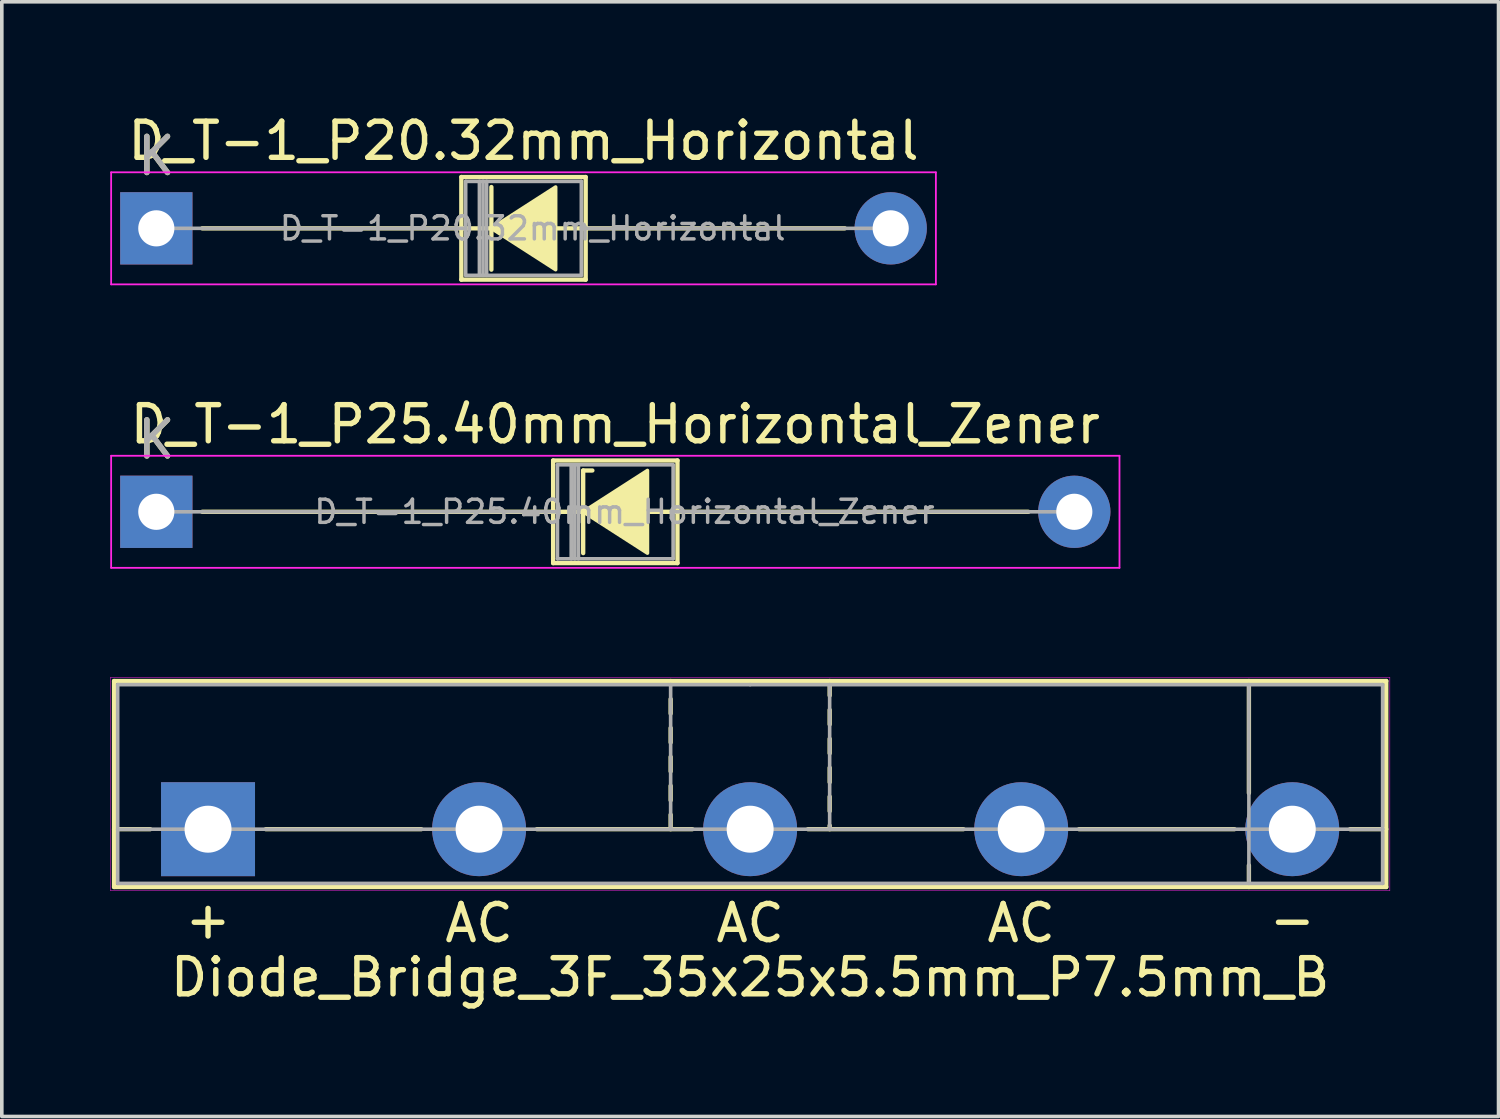
<source format=kicad_pcb>
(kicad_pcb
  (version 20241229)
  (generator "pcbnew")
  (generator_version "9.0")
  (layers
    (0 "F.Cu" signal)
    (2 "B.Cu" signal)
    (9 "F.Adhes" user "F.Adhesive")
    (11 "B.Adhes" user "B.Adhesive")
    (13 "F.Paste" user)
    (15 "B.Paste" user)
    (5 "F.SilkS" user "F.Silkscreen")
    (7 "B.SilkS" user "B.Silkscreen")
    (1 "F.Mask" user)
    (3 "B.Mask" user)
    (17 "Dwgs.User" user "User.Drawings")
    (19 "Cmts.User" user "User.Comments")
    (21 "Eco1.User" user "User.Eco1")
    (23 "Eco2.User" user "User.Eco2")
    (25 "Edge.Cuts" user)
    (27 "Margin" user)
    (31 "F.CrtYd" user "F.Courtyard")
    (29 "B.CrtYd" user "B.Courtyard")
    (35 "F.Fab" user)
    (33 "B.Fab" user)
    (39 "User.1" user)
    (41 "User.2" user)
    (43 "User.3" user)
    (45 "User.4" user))
  (footprint "Diode_Bridge_3F_35x25x5.5mm_P7.5mm_B"
    (layer "F.Cu")
    (at 2.706 19.893)
    (property "Reference" "Diode_Bridge_3F_35x25x5.5mm_P7.5mm_B" (at 15 4.1 0) (unlocked yes) (layer "F.SilkS") (effects (font (size 1 1) (thickness 0.15))))
    (fp_line (start -2.6 -4.1) (end 32.6 -4.1) (stroke (width 0.12) (type solid)) (layer "F.SilkS"))
    (fp_line (start -2.6 0) (end -1.6 0) (stroke (width 0.12) (type solid)) (layer "F.SilkS"))
    (fp_line (start -2.6 1.6) (end -2.6 -4.1) (stroke (width 0.12) (type solid)) (layer "F.SilkS"))
    (fp_line (start 1.6 0) (end 5.9 0) (stroke (width 0.12) (type solid)) (layer "F.SilkS"))
    (fp_line (start 9.1 0) (end 13.4 0) (stroke (width 0.12) (type solid)) (layer "F.SilkS"))
    (fp_line (start 12.8 -4) (end 12.8 -4.1) (stroke (width 0.12) (type solid)) (layer "F.SilkS"))
    (fp_line (start 12.8 -3.2) (end 12.8 -3.6) (stroke (width 0.12) (type solid)) (layer "F.SilkS"))
    (fp_line (start 12.8 -2.4) (end 12.8 -2.8) (stroke (width 0.12) (type solid)) (layer "F.SilkS"))
    (fp_line (start 12.8 -1.6) (end 12.8 -2) (stroke (width 0.12) (type solid)) (layer "F.SilkS"))
    (fp_line (start 12.8 -0.8) (end 12.8 -1.2) (stroke (width 0.12) (type solid)) (layer "F.SilkS"))
    (fp_line (start 12.8 0) (end 12.8 -0.4) (stroke (width 0.12) (type solid)) (layer "F.SilkS"))
    (fp_line (start 16.6 0) (end 20.9 0) (stroke (width 0.12) (type solid)) (layer "F.SilkS"))
    (fp_line (start 17.2 -4.1) (end 17.2 -3.7) (stroke (width 0.12) (type solid)) (layer "F.SilkS"))
    (fp_line (start 17.2 -3.3) (end 17.2 -2.9) (stroke (width 0.12) (type solid)) (layer "F.SilkS"))
    (fp_line (start 17.2 -2.5) (end 17.2 -2.1) (stroke (width 0.12) (type solid)) (layer "F.SilkS"))
    (fp_line (start 17.2 -1.7) (end 17.2 -1.3) (stroke (width 0.12) (type solid)) (layer "F.SilkS"))
    (fp_line (start 17.2 -0.9) (end 17.2 -0.5) (stroke (width 0.12) (type solid)) (layer "F.SilkS"))
    (fp_line (start 17.2 -0.1) (end 17.2 0) (stroke (width 0.12) (type solid)) (layer "F.SilkS"))
    (fp_line (start 24.1 0) (end 28.4 0) (stroke (width 0.12) (type solid)) (layer "F.SilkS"))
    (fp_line (start 28.8 -4.1) (end 28.8 -1) (stroke (width 0.12) (type solid)) (layer "F.SilkS"))
    (fp_line (start 28.8 1.6) (end 28.8 1) (stroke (width 0.12) (type solid)) (layer "F.SilkS"))
    (fp_line (start 31.6 0) (end 32.6 0) (stroke (width 0.12) (type solid)) (layer "F.SilkS"))
    (fp_line (start 32.6 -4.1) (end 32.6 1.6) (stroke (width 0.12) (type solid)) (layer "F.SilkS"))
    (fp_line (start 32.6 1.6) (end -2.6 1.6) (stroke (width 0.12) (type solid)) (layer "F.SilkS"))
    (fp_line (start -2.7 -4.2) (end 32.7 -4.2) (stroke (width 0.013) (type solid)) (layer "F.CrtYd"))
    (fp_line (start -2.7 1.7) (end -2.7 -4.2) (stroke (width 0.013) (type solid)) (layer "F.CrtYd"))
    (fp_line (start 32.7 -4.2) (end 32.7 1.7) (stroke (width 0.013) (type solid)) (layer "F.CrtYd"))
    (fp_line (start 32.7 1.7) (end -2.7 1.7) (stroke (width 0.013) (type solid)) (layer "F.CrtYd"))
    (fp_line (start -2.5 0) (end -2.5 -4) (stroke (width 0.1) (type solid)) (layer "F.Fab"))
    (fp_line (start -2.5 0) (end -2.5 1.5) (stroke (width 0.1) (type solid)) (layer "F.Fab"))
    (fp_line (start -2.5 1.5) (end 32.5 1.5) (stroke (width 0.1) (type solid)) (layer "F.Fab"))
    (fp_line (start 12.8 -4) (end 12.8 0) (stroke (width 0.1) (type solid)) (layer "F.Fab"))
    (fp_line (start 15 -4) (end -2.5 -4) (stroke (width 0.1) (type solid)) (layer "F.Fab"))
    (fp_line (start 15 -4) (end 32.5 -4) (stroke (width 0.1) (type solid)) (layer "F.Fab"))
    (fp_line (start 17.2 -4) (end 17.2 0) (stroke (width 0.1) (type solid)) (layer "F.Fab"))
    (fp_line (start 28.8 1.5) (end 28.8 -4) (stroke (width 0.1) (type solid)) (layer "F.Fab"))
    (fp_line (start 32.5 -4) (end 32.5 0) (stroke (width 0.1) (type solid)) (layer "F.Fab"))
    (fp_line (start 32.5 0) (end -2.5 0) (stroke (width 0.1) (type solid)) (layer "F.Fab"))
    (fp_line (start 32.5 1.5) (end 32.5 0) (stroke (width 0.1) (type solid)) (layer "F.Fab"))
    (fp_text user "-" (at 30 2.5 0) (layer "F.SilkS") (effects (font (size 1 1) (thickness 0.15))))
    (fp_text user "AC" (at 7.5 2.6 0) (layer "F.SilkS") (effects (font (size 1 1) (thickness 0.15))))
    (fp_text user "+" (at 0 2.5 0) (layer "F.SilkS") (effects (font (size 1 1) (thickness 0.15))))
    (fp_text user "AC" (at 22.5 2.6 0) (layer "F.SilkS") (effects (font (size 1 1) (thickness 0.15))))
    (fp_text user "AC" (at 15 2.6 0) (layer "F.SilkS") (effects (font (size 1 1) (thickness 0.15))))
    (pad "1" thru_hole rect (at 0 0) (size 2.6 2.6) (drill 1.3) (layers "*.Cu" "*.Mask"))
    (pad "2" thru_hole circle (at 7.5 0) (size 2.6 2.6) (drill 1.3) (layers "*.Cu" "*.Mask"))
    (pad "3" thru_hole circle (at 15 0) (size 2.6 2.6) (drill 1.3) (layers "*.Cu" "*.Mask"))
    (pad "4" thru_hole circle (at 22.5 0) (size 2.6 2.6) (drill 1.3) (layers "*.Cu" "*.Mask"))
    (pad "5" thru_hole circle (at 30 0) (size 2.6 2.6) (drill 1.3) (layers "*.Cu" "*.Mask")))
  (footprint "D_T-1_P20.32mm_Horizontal"
    (layer "F.Cu")
    (at 1.275 3.268)
    (property "Reference" "D_T-1_P20.32mm_Horizontal" (at 10.16 -2.42 0) (layer "F.SilkS") (effects (font (size 1 1) (thickness 0.15))))
    (attr through_hole)
    (fp_line (start 1.27 0) (end 8.44 0) (stroke (width 0.12) (type solid)) (layer "F.SilkS"))
    (fp_line (start 8.44 -1.42) (end 8.44 1.42) (stroke (width 0.12) (type solid)) (layer "F.SilkS"))
    (fp_line (start 8.44 1.42) (end 11.88 1.42) (stroke (width 0.12) (type solid)) (layer "F.SilkS"))
    (fp_line (start 9.271 -1.143) (end 9.271 1.143) (stroke (width 0.12) (type solid)) (layer "F.SilkS"))
    (fp_line (start 9.398 0) (end 8.44 0) (stroke (width 0.12) (type solid)) (layer "F.SilkS"))
    (fp_line (start 11.049 0) (end 11.88 0) (stroke (width 0.12) (type solid)) (layer "F.SilkS"))
    (fp_line (start 11.88 -1.42) (end 8.44 -1.42) (stroke (width 0.12) (type solid)) (layer "F.SilkS"))
    (fp_line (start 11.88 1.42) (end 11.88 -1.42) (stroke (width 0.12) (type solid)) (layer "F.SilkS"))
    (fp_line (start 19.05 0) (end 11.88 0) (stroke (width 0.12) (type solid)) (layer "F.SilkS"))
    (fp_poly (pts (xy 11.049 1.143) (xy 9.271 0) (xy 11.049 -1.143)) (stroke (width 0.1) (type solid)) (fill yes) (layer "F.SilkS"))
    (fp_line (start -1.25 -1.55) (end -1.25 1.55) (stroke (width 0.05) (type solid)) (layer "F.CrtYd"))
    (fp_line (start -1.25 1.55) (end 21.57 1.55) (stroke (width 0.05) (type solid)) (layer "F.CrtYd"))
    (fp_line (start 21.57 -1.55) (end -1.25 -1.55) (stroke (width 0.05) (type solid)) (layer "F.CrtYd"))
    (fp_line (start 21.57 1.55) (end 21.57 -1.55) (stroke (width 0.05) (type solid)) (layer "F.CrtYd"))
    (fp_line (start 0 0) (end 8.56 0) (stroke (width 0.1) (type solid)) (layer "F.Fab"))
    (fp_line (start 8.56 -1.3) (end 8.56 1.3) (stroke (width 0.1) (type solid)) (layer "F.Fab"))
    (fp_line (start 8.56 1.3) (end 11.76 1.3) (stroke (width 0.1) (type solid)) (layer "F.Fab"))
    (fp_line (start 8.94 -1.3) (end 8.94 1.3) (stroke (width 0.1) (type solid)) (layer "F.Fab"))
    (fp_line (start 9.04 -1.3) (end 9.04 1.3) (stroke (width 0.1) (type solid)) (layer "F.Fab"))
    (fp_line (start 9.14 -1.3) (end 9.14 1.3) (stroke (width 0.1) (type solid)) (layer "F.Fab"))
    (fp_line (start 11.76 -1.3) (end 8.56 -1.3) (stroke (width 0.1) (type solid)) (layer "F.Fab"))
    (fp_line (start 11.76 1.3) (end 11.76 -1.3) (stroke (width 0.1) (type solid)) (layer "F.Fab"))
    (fp_line (start 20.32 0) (end 11.76 0) (stroke (width 0.1) (type solid)) (layer "F.Fab"))
    (fp_text user "K" (at 0 -2 0) (layer "F.SilkS") (effects (font (size 1 1) (thickness 0.15))))
    (fp_text user "${REFERENCE}" (at 10.414 0 0) (layer "F.Fab") (effects (font (size 0.64 0.64) (thickness 0.096))))
    (fp_text user "K" (at 0 -2 0) (layer "F.Fab") (effects (font (size 1 1) (thickness 0.15))))
    (pad "1" thru_hole rect (at 0 0) (size 2 2) (drill 1) (layers "*.Cu" "*.Mask"))
    (pad "2" thru_hole oval (at 20.32 0) (size 2 2) (drill 1) (layers "*.Cu" "*.Mask")))
  (footprint "D_T-1_P25.40mm_Horizontal_Zener"
    (layer "F.Cu")
    (at 1.275 11.111)
    (property "Reference" "D_T-1_P25.40mm_Horizontal_Zener" (at 12.7 -2.42 0) (layer "F.SilkS") (effects (font (size 1 1) (thickness 0.15))))
    (attr through_hole)
    (fp_line (start 1.27 0) (end 10.98 0) (stroke (width 0.12) (type solid)) (layer "F.SilkS"))
    (fp_line (start 10.98 -1.42) (end 10.98 1.42) (stroke (width 0.12) (type solid)) (layer "F.SilkS"))
    (fp_line (start 10.98 1.42) (end 14.42 1.42) (stroke (width 0.12) (type solid)) (layer "F.SilkS"))
    (fp_line (start 11.811 -1.143) (end 11.811 1.143) (stroke (width 0.12) (type solid)) (layer "F.SilkS"))
    (fp_line (start 11.811 -1.143) (end 12.065 -1.143) (stroke (width 0.12) (type solid)) (layer "F.SilkS"))
    (fp_line (start 11.938 0) (end 10.98 0) (stroke (width 0.12) (type solid)) (layer "F.SilkS"))
    (fp_line (start 13.589 0) (end 14.42 0) (stroke (width 0.12) (type solid)) (layer "F.SilkS"))
    (fp_line (start 14.42 -1.42) (end 10.98 -1.42) (stroke (width 0.12) (type solid)) (layer "F.SilkS"))
    (fp_line (start 14.42 1.42) (end 14.42 -1.42) (stroke (width 0.12) (type solid)) (layer "F.SilkS"))
    (fp_line (start 24.13 0) (end 14.42 0) (stroke (width 0.12) (type solid)) (layer "F.SilkS"))
    (fp_poly (pts (xy 13.589 1.143) (xy 11.811 0) (xy 13.589 -1.143)) (stroke (width 0.1) (type solid)) (fill yes) (layer "F.SilkS"))
    (fp_line (start -1.25 -1.55) (end -1.25 1.55) (stroke (width 0.05) (type solid)) (layer "F.CrtYd"))
    (fp_line (start -1.25 1.55) (end 26.65 1.55) (stroke (width 0.05) (type solid)) (layer "F.CrtYd"))
    (fp_line (start 26.65 -1.55) (end -1.25 -1.55) (stroke (width 0.05) (type solid)) (layer "F.CrtYd"))
    (fp_line (start 26.65 1.55) (end 26.65 -1.55) (stroke (width 0.05) (type solid)) (layer "F.CrtYd"))
    (fp_line (start 0 0) (end 11.1 0) (stroke (width 0.1) (type solid)) (layer "F.Fab"))
    (fp_line (start 11.1 -1.3) (end 11.1 1.3) (stroke (width 0.1) (type solid)) (layer "F.Fab"))
    (fp_line (start 11.1 1.3) (end 14.3 1.3) (stroke (width 0.1) (type solid)) (layer "F.Fab"))
    (fp_line (start 11.48 -1.3) (end 11.48 1.3) (stroke (width 0.1) (type solid)) (layer "F.Fab"))
    (fp_line (start 11.58 -1.3) (end 11.58 1.3) (stroke (width 0.1) (type solid)) (layer "F.Fab"))
    (fp_line (start 11.68 -1.3) (end 11.68 1.3) (stroke (width 0.1) (type solid)) (layer "F.Fab"))
    (fp_line (start 14.3 -1.3) (end 11.1 -1.3) (stroke (width 0.1) (type solid)) (layer "F.Fab"))
    (fp_line (start 14.3 1.3) (end 14.3 -1.3) (stroke (width 0.1) (type solid)) (layer "F.Fab"))
    (fp_line (start 25.4 0) (end 14.3 0) (stroke (width 0.1) (type solid)) (layer "F.Fab"))
    (fp_text user "K" (at 0 -2 0) (layer "F.SilkS") (effects (font (size 1 1) (thickness 0.15))))
    (fp_text user "K" (at 0 -2 0) (layer "F.Fab") (effects (font (size 1 1) (thickness 0.15))))
    (fp_text user "${REFERENCE}" (at 12.954 0 0) (layer "F.Fab") (effects (font (size 0.64 0.64) (thickness 0.096))))
    (pad "1" thru_hole rect (at 0 0) (size 2 2) (drill 1) (layers "*.Cu" "*.Mask"))
    (pad "2" thru_hole oval (at 25.4 0) (size 2 2) (drill 1) (layers "*.Cu" "*.Mask")))
  (gr_rect
    (start -3 -3)
    (end 38.413 27.841)
    (stroke (width 0.1) (type default))
    (fill no)
    (layer "Edge.Cuts")))
</source>
